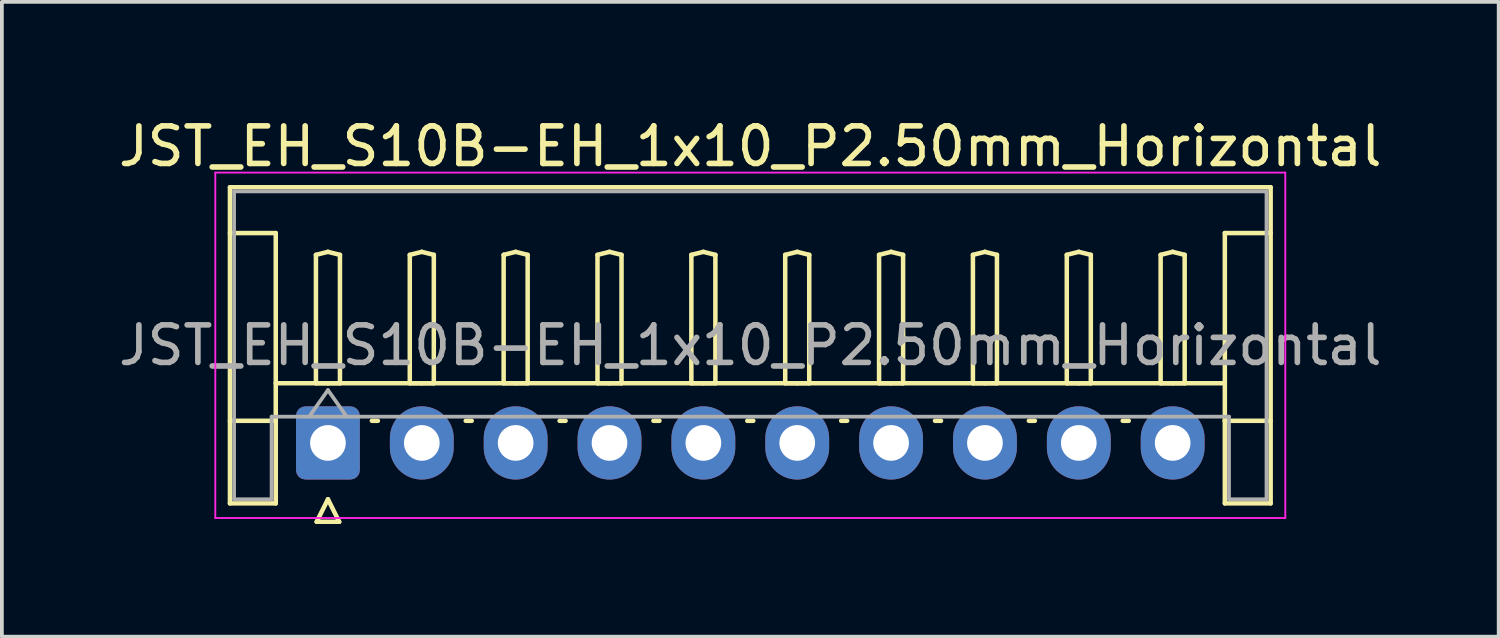
<source format=kicad_pcb>
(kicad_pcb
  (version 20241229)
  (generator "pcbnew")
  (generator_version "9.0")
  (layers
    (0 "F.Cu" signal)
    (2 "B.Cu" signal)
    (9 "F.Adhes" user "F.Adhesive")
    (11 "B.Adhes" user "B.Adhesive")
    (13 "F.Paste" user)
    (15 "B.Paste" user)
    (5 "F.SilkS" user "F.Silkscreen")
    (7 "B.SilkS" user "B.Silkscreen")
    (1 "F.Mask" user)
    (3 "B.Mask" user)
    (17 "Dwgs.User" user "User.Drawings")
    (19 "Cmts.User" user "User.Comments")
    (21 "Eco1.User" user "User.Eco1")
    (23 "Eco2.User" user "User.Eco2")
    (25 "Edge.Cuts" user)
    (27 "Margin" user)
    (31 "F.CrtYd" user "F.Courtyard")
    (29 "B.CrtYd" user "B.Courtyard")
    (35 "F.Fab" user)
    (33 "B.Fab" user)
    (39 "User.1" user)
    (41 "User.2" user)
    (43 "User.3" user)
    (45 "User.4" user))
  (footprint "JST_EH_S10B-EH_1x10_P2.50mm_Horizontal"
    (layer "F.Cu")
    (at 5.685 8.748)
    (property "Reference" "JST_EH_S10B-EH_1x10_P2.50mm_Horizontal" (at 11.25 -7.9 0) (layer "F.SilkS") (effects (font (size 1 1) (thickness 0.15))))
    (attr through_hole)
    (fp_line (start -2.61 -6.81) (end 25.11 -6.81) (stroke (width 0.12) (type solid)) (layer "F.SilkS"))
    (fp_line (start -2.61 -5.59) (end -1.39 -5.59) (stroke (width 0.12) (type solid)) (layer "F.SilkS"))
    (fp_line (start -2.61 1.61) (end -2.61 -6.81) (stroke (width 0.12) (type solid)) (layer "F.SilkS"))
    (fp_line (start -1.39 -5.59) (end -1.39 -0.59) (stroke (width 0.12) (type solid)) (layer "F.SilkS"))
    (fp_line (start -1.39 -1.59) (end 23.89 -1.59) (stroke (width 0.12) (type solid)) (layer "F.SilkS"))
    (fp_line (start -1.39 -0.59) (end -2.61 -0.59) (stroke (width 0.12) (type solid)) (layer "F.SilkS"))
    (fp_line (start -1.39 -0.59) (end -1.39 1.61) (stroke (width 0.12) (type solid)) (layer "F.SilkS"))
    (fp_line (start -1.39 1.61) (end -2.61 1.61) (stroke (width 0.12) (type solid)) (layer "F.SilkS"))
    (fp_line (start -0.32 -5.01) (end 0 -5.09) (stroke (width 0.12) (type solid)) (layer "F.SilkS"))
    (fp_line (start -0.32 -1.59) (end -0.32 -5.01) (stroke (width 0.12) (type solid)) (layer "F.SilkS"))
    (fp_line (start -0.3 2.1) (end 0.3 2.1) (stroke (width 0.12) (type solid)) (layer "F.SilkS"))
    (fp_line (start 0 -5.09) (end 0.32 -5.01) (stroke (width 0.12) (type solid)) (layer "F.SilkS"))
    (fp_line (start 0 -1.59) (end -0.32 -1.59) (stroke (width 0.12) (type solid)) (layer "F.SilkS"))
    (fp_line (start 0 1.5) (end -0.3 2.1) (stroke (width 0.12) (type solid)) (layer "F.SilkS"))
    (fp_line (start 0.3 2.1) (end 0 1.5) (stroke (width 0.12) (type solid)) (layer "F.SilkS"))
    (fp_line (start 0.32 -5.01) (end 0.32 -1.59) (stroke (width 0.12) (type solid)) (layer "F.SilkS"))
    (fp_line (start 0.32 -1.59) (end 0 -1.59) (stroke (width 0.12) (type solid)) (layer "F.SilkS"))
    (fp_line (start 1.17 -0.59) (end 1.33 -0.59) (stroke (width 0.12) (type solid)) (layer "F.SilkS"))
    (fp_line (start 2.18 -5.01) (end 2.5 -5.09) (stroke (width 0.12) (type solid)) (layer "F.SilkS"))
    (fp_line (start 2.18 -1.59) (end 2.18 -5.01) (stroke (width 0.12) (type solid)) (layer "F.SilkS"))
    (fp_line (start 2.5 -5.09) (end 2.82 -5.01) (stroke (width 0.12) (type solid)) (layer "F.SilkS"))
    (fp_line (start 2.5 -1.59) (end 2.18 -1.59) (stroke (width 0.12) (type solid)) (layer "F.SilkS"))
    (fp_line (start 2.82 -5.01) (end 2.82 -1.59) (stroke (width 0.12) (type solid)) (layer "F.SilkS"))
    (fp_line (start 2.82 -1.59) (end 2.5 -1.59) (stroke (width 0.12) (type solid)) (layer "F.SilkS"))
    (fp_line (start 3.67 -0.59) (end 3.83 -0.59) (stroke (width 0.12) (type solid)) (layer "F.SilkS"))
    (fp_line (start 4.68 -5.01) (end 5 -5.09) (stroke (width 0.12) (type solid)) (layer "F.SilkS"))
    (fp_line (start 4.68 -1.59) (end 4.68 -5.01) (stroke (width 0.12) (type solid)) (layer "F.SilkS"))
    (fp_line (start 5 -5.09) (end 5.32 -5.01) (stroke (width 0.12) (type solid)) (layer "F.SilkS"))
    (fp_line (start 5 -1.59) (end 4.68 -1.59) (stroke (width 0.12) (type solid)) (layer "F.SilkS"))
    (fp_line (start 5.32 -5.01) (end 5.32 -1.59) (stroke (width 0.12) (type solid)) (layer "F.SilkS"))
    (fp_line (start 5.32 -1.59) (end 5 -1.59) (stroke (width 0.12) (type solid)) (layer "F.SilkS"))
    (fp_line (start 6.17 -0.59) (end 6.33 -0.59) (stroke (width 0.12) (type solid)) (layer "F.SilkS"))
    (fp_line (start 7.18 -5.01) (end 7.5 -5.09) (stroke (width 0.12) (type solid)) (layer "F.SilkS"))
    (fp_line (start 7.18 -1.59) (end 7.18 -5.01) (stroke (width 0.12) (type solid)) (layer "F.SilkS"))
    (fp_line (start 7.5 -5.09) (end 7.82 -5.01) (stroke (width 0.12) (type solid)) (layer "F.SilkS"))
    (fp_line (start 7.5 -1.59) (end 7.18 -1.59) (stroke (width 0.12) (type solid)) (layer "F.SilkS"))
    (fp_line (start 7.82 -5.01) (end 7.82 -1.59) (stroke (width 0.12) (type solid)) (layer "F.SilkS"))
    (fp_line (start 7.82 -1.59) (end 7.5 -1.59) (stroke (width 0.12) (type solid)) (layer "F.SilkS"))
    (fp_line (start 8.67 -0.59) (end 8.83 -0.59) (stroke (width 0.12) (type solid)) (layer "F.SilkS"))
    (fp_line (start 9.68 -5.01) (end 10 -5.09) (stroke (width 0.12) (type solid)) (layer "F.SilkS"))
    (fp_line (start 9.68 -1.59) (end 9.68 -5.01) (stroke (width 0.12) (type solid)) (layer "F.SilkS"))
    (fp_line (start 10 -5.09) (end 10.32 -5.01) (stroke (width 0.12) (type solid)) (layer "F.SilkS"))
    (fp_line (start 10 -1.59) (end 9.68 -1.59) (stroke (width 0.12) (type solid)) (layer "F.SilkS"))
    (fp_line (start 10.32 -5.01) (end 10.32 -1.59) (stroke (width 0.12) (type solid)) (layer "F.SilkS"))
    (fp_line (start 10.32 -1.59) (end 10 -1.59) (stroke (width 0.12) (type solid)) (layer "F.SilkS"))
    (fp_line (start 11.17 -0.59) (end 11.33 -0.59) (stroke (width 0.12) (type solid)) (layer "F.SilkS"))
    (fp_line (start 12.18 -5.01) (end 12.5 -5.09) (stroke (width 0.12) (type solid)) (layer "F.SilkS"))
    (fp_line (start 12.18 -1.59) (end 12.18 -5.01) (stroke (width 0.12) (type solid)) (layer "F.SilkS"))
    (fp_line (start 12.5 -5.09) (end 12.82 -5.01) (stroke (width 0.12) (type solid)) (layer "F.SilkS"))
    (fp_line (start 12.5 -1.59) (end 12.18 -1.59) (stroke (width 0.12) (type solid)) (layer "F.SilkS"))
    (fp_line (start 12.82 -5.01) (end 12.82 -1.59) (stroke (width 0.12) (type solid)) (layer "F.SilkS"))
    (fp_line (start 12.82 -1.59) (end 12.5 -1.59) (stroke (width 0.12) (type solid)) (layer "F.SilkS"))
    (fp_line (start 13.67 -0.59) (end 13.83 -0.59) (stroke (width 0.12) (type solid)) (layer "F.SilkS"))
    (fp_line (start 14.68 -5.01) (end 15 -5.09) (stroke (width 0.12) (type solid)) (layer "F.SilkS"))
    (fp_line (start 14.68 -1.59) (end 14.68 -5.01) (stroke (width 0.12) (type solid)) (layer "F.SilkS"))
    (fp_line (start 15 -5.09) (end 15.32 -5.01) (stroke (width 0.12) (type solid)) (layer "F.SilkS"))
    (fp_line (start 15 -1.59) (end 14.68 -1.59) (stroke (width 0.12) (type solid)) (layer "F.SilkS"))
    (fp_line (start 15.32 -5.01) (end 15.32 -1.59) (stroke (width 0.12) (type solid)) (layer "F.SilkS"))
    (fp_line (start 15.32 -1.59) (end 15 -1.59) (stroke (width 0.12) (type solid)) (layer "F.SilkS"))
    (fp_line (start 16.17 -0.59) (end 16.33 -0.59) (stroke (width 0.12) (type solid)) (layer "F.SilkS"))
    (fp_line (start 17.18 -5.01) (end 17.5 -5.09) (stroke (width 0.12) (type solid)) (layer "F.SilkS"))
    (fp_line (start 17.18 -1.59) (end 17.18 -5.01) (stroke (width 0.12) (type solid)) (layer "F.SilkS"))
    (fp_line (start 17.5 -5.09) (end 17.82 -5.01) (stroke (width 0.12) (type solid)) (layer "F.SilkS"))
    (fp_line (start 17.5 -1.59) (end 17.18 -1.59) (stroke (width 0.12) (type solid)) (layer "F.SilkS"))
    (fp_line (start 17.82 -5.01) (end 17.82 -1.59) (stroke (width 0.12) (type solid)) (layer "F.SilkS"))
    (fp_line (start 17.82 -1.59) (end 17.5 -1.59) (stroke (width 0.12) (type solid)) (layer "F.SilkS"))
    (fp_line (start 18.67 -0.59) (end 18.83 -0.59) (stroke (width 0.12) (type solid)) (layer "F.SilkS"))
    (fp_line (start 19.68 -5.01) (end 20 -5.09) (stroke (width 0.12) (type solid)) (layer "F.SilkS"))
    (fp_line (start 19.68 -1.59) (end 19.68 -5.01) (stroke (width 0.12) (type solid)) (layer "F.SilkS"))
    (fp_line (start 20 -5.09) (end 20.32 -5.01) (stroke (width 0.12) (type solid)) (layer "F.SilkS"))
    (fp_line (start 20 -1.59) (end 19.68 -1.59) (stroke (width 0.12) (type solid)) (layer "F.SilkS"))
    (fp_line (start 20.32 -5.01) (end 20.32 -1.59) (stroke (width 0.12) (type solid)) (layer "F.SilkS"))
    (fp_line (start 20.32 -1.59) (end 20 -1.59) (stroke (width 0.12) (type solid)) (layer "F.SilkS"))
    (fp_line (start 21.17 -0.59) (end 21.33 -0.59) (stroke (width 0.12) (type solid)) (layer "F.SilkS"))
    (fp_line (start 22.18 -5.01) (end 22.5 -5.09) (stroke (width 0.12) (type solid)) (layer "F.SilkS"))
    (fp_line (start 22.18 -1.59) (end 22.18 -5.01) (stroke (width 0.12) (type solid)) (layer "F.SilkS"))
    (fp_line (start 22.5 -5.09) (end 22.82 -5.01) (stroke (width 0.12) (type solid)) (layer "F.SilkS"))
    (fp_line (start 22.5 -1.59) (end 22.18 -1.59) (stroke (width 0.12) (type solid)) (layer "F.SilkS"))
    (fp_line (start 22.82 -5.01) (end 22.82 -1.59) (stroke (width 0.12) (type solid)) (layer "F.SilkS"))
    (fp_line (start 22.82 -1.59) (end 22.5 -1.59) (stroke (width 0.12) (type solid)) (layer "F.SilkS"))
    (fp_line (start 23.89 -5.59) (end 23.89 -0.59) (stroke (width 0.12) (type solid)) (layer "F.SilkS"))
    (fp_line (start 23.89 -0.59) (end 25.11 -0.59) (stroke (width 0.12) (type solid)) (layer "F.SilkS"))
    (fp_line (start 23.89 1.61) (end 23.89 -0.59) (stroke (width 0.12) (type solid)) (layer "F.SilkS"))
    (fp_line (start 25.11 -6.81) (end 25.11 1.61) (stroke (width 0.12) (type solid)) (layer "F.SilkS"))
    (fp_line (start 25.11 -5.59) (end 23.89 -5.59) (stroke (width 0.12) (type solid)) (layer "F.SilkS"))
    (fp_line (start 25.11 1.61) (end 23.89 1.61) (stroke (width 0.12) (type solid)) (layer "F.SilkS"))
    (fp_line (start -3 -7.2) (end -3 2) (stroke (width 0.05) (type solid)) (layer "F.CrtYd"))
    (fp_line (start -3 2) (end 25.5 2) (stroke (width 0.05) (type solid)) (layer "F.CrtYd"))
    (fp_line (start 25.5 -7.2) (end -3 -7.2) (stroke (width 0.05) (type solid)) (layer "F.CrtYd"))
    (fp_line (start 25.5 2) (end 25.5 -7.2) (stroke (width 0.05) (type solid)) (layer "F.CrtYd"))
    (fp_line (start -2.5 -6.7) (end 25 -6.7) (stroke (width 0.1) (type solid)) (layer "F.Fab"))
    (fp_line (start -2.5 1.5) (end -2.5 -6.7) (stroke (width 0.1) (type solid)) (layer "F.Fab"))
    (fp_line (start -1.5 -0.7) (end -1.5 1.5) (stroke (width 0.1) (type solid)) (layer "F.Fab"))
    (fp_line (start -1.5 1.5) (end -2.5 1.5) (stroke (width 0.1) (type solid)) (layer "F.Fab"))
    (fp_line (start -0.5 -0.7) (end 0 -1.407) (stroke (width 0.1) (type solid)) (layer "F.Fab"))
    (fp_line (start 0 -1.407) (end 0.5 -0.7) (stroke (width 0.1) (type solid)) (layer "F.Fab"))
    (fp_line (start 24 -0.7) (end -1.5 -0.7) (stroke (width 0.1) (type solid)) (layer "F.Fab"))
    (fp_line (start 24 1.5) (end 24 -0.7) (stroke (width 0.1) (type solid)) (layer "F.Fab"))
    (fp_line (start 25 -6.7) (end 25 1.5) (stroke (width 0.1) (type solid)) (layer "F.Fab"))
    (fp_line (start 25 1.5) (end 24 1.5) (stroke (width 0.1) (type solid)) (layer "F.Fab"))
    (fp_text user "${REFERENCE}" (at 11.25 -2.6 0) (layer "F.Fab") (effects (font (size 1 1) (thickness 0.15))))
    (pad "1" thru_hole roundrect (at 0 0) (size 1.7 1.95) (drill 0.95) (layers "*.Cu" "*.Mask") (roundrect_rratio 0.147))
    (pad "2" thru_hole oval (at 2.5 0) (size 1.7 1.95) (drill 0.95) (layers "*.Cu" "*.Mask"))
    (pad "3" thru_hole oval (at 5 0) (size 1.7 1.95) (drill 0.95) (layers "*.Cu" "*.Mask"))
    (pad "4" thru_hole oval (at 7.5 0) (size 1.7 1.95) (drill 0.95) (layers "*.Cu" "*.Mask"))
    (pad "5" thru_hole oval (at 10 0) (size 1.7 1.95) (drill 0.95) (layers "*.Cu" "*.Mask"))
    (pad "6" thru_hole oval (at 12.5 0) (size 1.7 1.95) (drill 0.95) (layers "*.Cu" "*.Mask"))
    (pad "7" thru_hole oval (at 15 0) (size 1.7 1.95) (drill 0.95) (layers "*.Cu" "*.Mask"))
    (pad "8" thru_hole oval (at 17.5 0) (size 1.7 1.95) (drill 0.95) (layers "*.Cu" "*.Mask"))
    (pad "9" thru_hole oval (at 20 0) (size 1.7 1.95) (drill 0.95) (layers "*.Cu" "*.Mask"))
    (pad "10" thru_hole oval (at 22.5 0) (size 1.7 1.95) (drill 0.95) (layers "*.Cu" "*.Mask")))
  (gr_rect
    (start -3 -3)
    (end 36.869 13.908)
    (stroke (width 0.1) (type default))
    (fill no)
    (layer "Edge.Cuts")))
</source>
